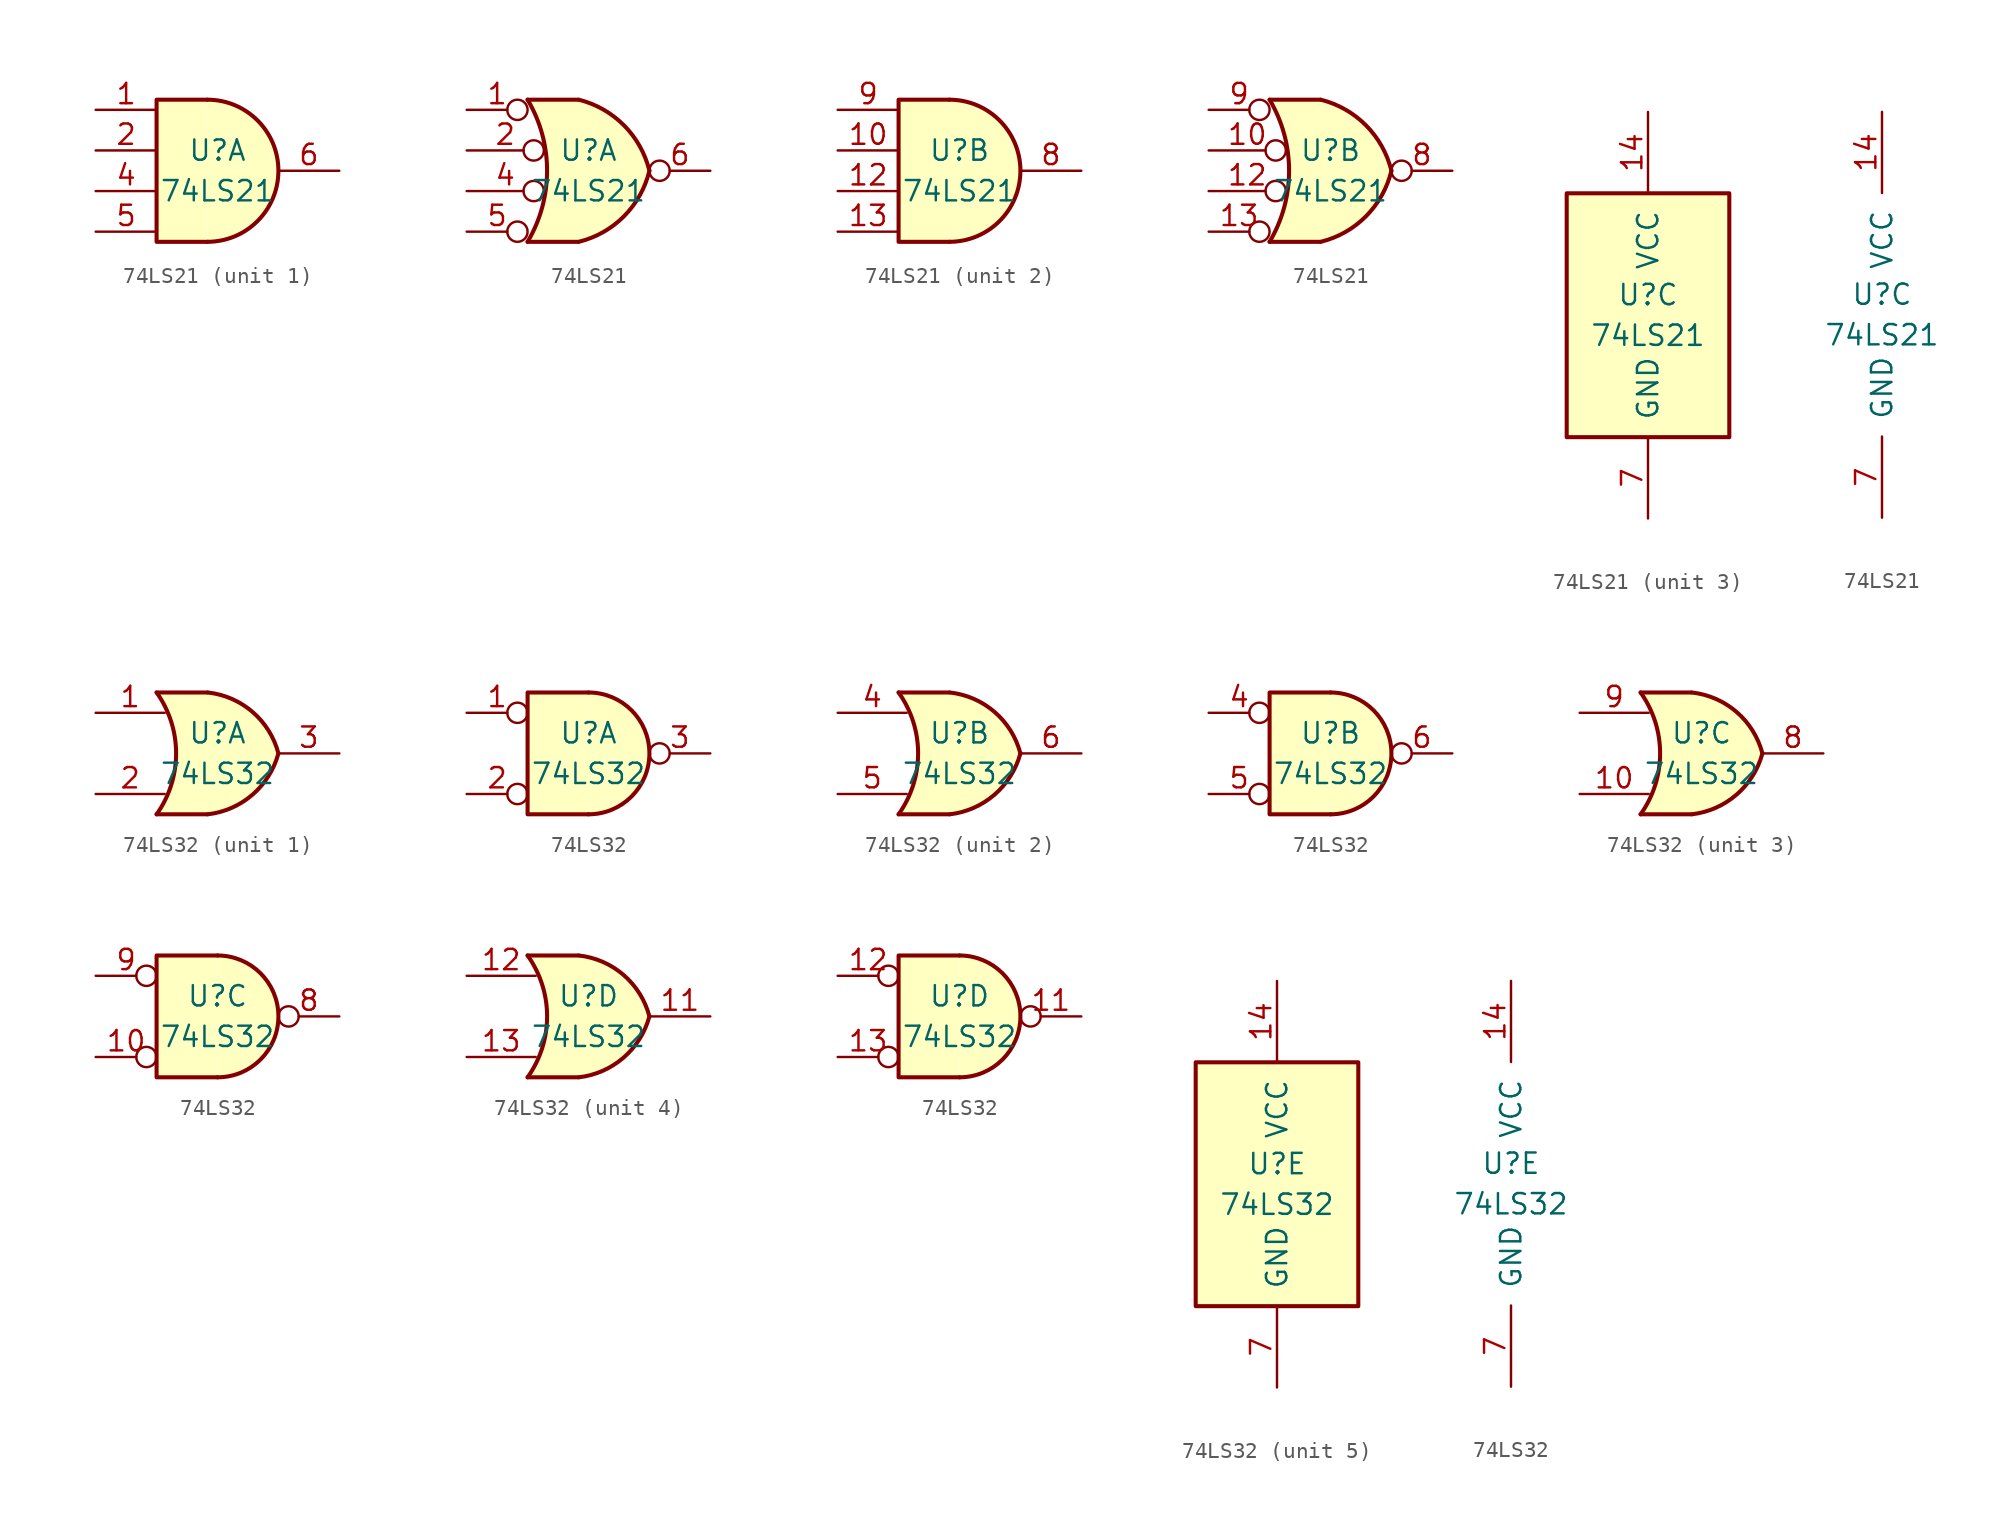
<source format=kicad_sym>
(kicad_symbol_lib
  (version 20231120)
  (generator "kicad_symbol_editor")
  (generator_version "8.0")
  (symbol "74LS21"
    (pin_names
      (offset 1.016))
    (property "Reference" "U"
      (at 0 1.27 0)
      (effects (font (size 1.27 1.27))))
    (property "Value" "74LS21"
      (at 0 -1.27 0)
      (effects (font (size 1.27 1.27))))
    (property "ki_locked" ""
      (at 0 0 0)
      (effects (font (size 1.27 1.27))))
    (symbol "74LS21_1_1"
      (arc (start -0.635 -4.445) (mid 3.7907 0) (end -0.635 4.445) (stroke (width 0.254) (type default)) (fill (type background)))
      (polyline (pts (xy -0.635 4.445) (xy -3.81 4.445) (xy -3.81 -4.445) (xy -0.635 -4.445)) (stroke (width 0.254) (type default)) (fill (type background)))
      (pin input line (at -7.62 3.81 0) (length 3.81) (name "~" (effects (font (size 1.27 1.27)))) (number "1" (effects (font (size 1.27 1.27)))))
      (pin input line (at -7.62 1.27 0) (length 3.81) (name "~" (effects (font (size 1.27 1.27)))) (number "2" (effects (font (size 1.27 1.27)))))
      (pin input line (at -7.62 -1.27 0) (length 3.81) (name "~" (effects (font (size 1.27 1.27)))) (number "4" (effects (font (size 1.27 1.27)))))
      (pin input line (at -7.62 -3.81 0) (length 3.81) (name "~" (effects (font (size 1.27 1.27)))) (number "5" (effects (font (size 1.27 1.27)))))
      (pin output line (at 7.62 0 180) (length 3.81) (name "~" (effects (font (size 1.27 1.27)))) (number "6" (effects (font (size 1.27 1.27))))))
    (symbol "74LS21_1_2"
      (arc (start -3.81 -4.445) (mid -2.5908 0) (end -3.81 4.445) (stroke (width 0.254) (type default)) (fill (type none)))
      (arc (start -0.6096 -4.445) (mid 2.2246 -2.8422) (end 3.81 0) (stroke (width 0.254) (type default)) (fill (type background)))
      (polyline (pts (xy -3.81 -4.445) (xy -0.635 -4.445)) (stroke (width 0.254) (type default)) (fill (type background)))
      (polyline (pts (xy -3.81 4.445) (xy -0.635 4.445)) (stroke (width 0.254) (type default)) (fill (type background)))
      (polyline (pts (xy -0.635 4.445) (xy -3.81 4.445) (xy -3.81 4.445) (xy -3.632 4.089) (xy -3.099 2.921) (xy -2.769 1.676) (xy -2.616 0.432) (xy -2.642 -0.864) (xy -2.87 -2.108) (xy -3.251 -3.327) (xy -3.81 -4.445) (xy -3.81 -4.445) (xy -0.635 -4.445)) (stroke (width -25.4) (type default)) (fill (type background)))
      (arc (start 3.81 0) (mid 2.2204 2.8379) (end -0.6096 4.445) (stroke (width 0.254) (type default)) (fill (type background)))
      (pin input inverted (at -7.62 3.81 0) (length 3.81) (name "~" (effects (font (size 1.27 1.27)))) (number "1" (effects (font (size 1.27 1.27)))))
      (pin input inverted (at -7.62 1.27 0) (length 4.826) (name "~" (effects (font (size 1.27 1.27)))) (number "2" (effects (font (size 1.27 1.27)))))
      (pin input inverted (at -7.62 -1.27 0) (length 4.826) (name "~" (effects (font (size 1.27 1.27)))) (number "4" (effects (font (size 1.27 1.27)))))
      (pin input inverted (at -7.62 -3.81 0) (length 3.81) (name "~" (effects (font (size 1.27 1.27)))) (number "5" (effects (font (size 1.27 1.27)))))
      (pin output inverted (at 7.62 0 180) (length 3.81) (name "~" (effects (font (size 1.27 1.27)))) (number "6" (effects (font (size 1.27 1.27))))))
    (symbol "74LS21_2_1"
      (arc (start -0.635 -4.445) (mid 3.7907 0) (end -0.635 4.445) (stroke (width 0.254) (type default)) (fill (type background)))
      (polyline (pts (xy -0.635 4.445) (xy -3.81 4.445) (xy -3.81 -4.445) (xy -0.635 -4.445)) (stroke (width 0.254) (type default)) (fill (type background)))
      (pin input line (at -7.62 1.27 0) (length 3.81) (name "~" (effects (font (size 1.27 1.27)))) (number "10" (effects (font (size 1.27 1.27)))))
      (pin input line (at -7.62 -1.27 0) (length 3.81) (name "~" (effects (font (size 1.27 1.27)))) (number "12" (effects (font (size 1.27 1.27)))))
      (pin input line (at -7.62 -3.81 0) (length 3.81) (name "~" (effects (font (size 1.27 1.27)))) (number "13" (effects (font (size 1.27 1.27)))))
      (pin output line (at 7.62 0 180) (length 3.81) (name "~" (effects (font (size 1.27 1.27)))) (number "8" (effects (font (size 1.27 1.27)))))
      (pin input line (at -7.62 3.81 0) (length 3.81) (name "~" (effects (font (size 1.27 1.27)))) (number "9" (effects (font (size 1.27 1.27))))))
    (symbol "74LS21_2_2"
      (arc (start -3.81 -4.445) (mid -2.5908 0) (end -3.81 4.445) (stroke (width 0.254) (type default)) (fill (type none)))
      (arc (start -0.6096 -4.445) (mid 2.2246 -2.8422) (end 3.81 0) (stroke (width 0.254) (type default)) (fill (type background)))
      (polyline (pts (xy -3.81 -4.445) (xy -0.635 -4.445)) (stroke (width 0.254) (type default)) (fill (type background)))
      (polyline (pts (xy -3.81 4.445) (xy -0.635 4.445)) (stroke (width 0.254) (type default)) (fill (type background)))
      (polyline (pts (xy -0.635 4.445) (xy -3.81 4.445) (xy -3.81 4.445) (xy -3.632 4.089) (xy -3.099 2.921) (xy -2.769 1.676) (xy -2.616 0.432) (xy -2.642 -0.864) (xy -2.87 -2.108) (xy -3.251 -3.327) (xy -3.81 -4.445) (xy -3.81 -4.445) (xy -0.635 -4.445)) (stroke (width -25.4) (type default)) (fill (type background)))
      (arc (start 3.81 0) (mid 2.2204 2.8379) (end -0.6096 4.445) (stroke (width 0.254) (type default)) (fill (type background)))
      (pin input inverted (at -7.62 1.27 0) (length 4.826) (name "~" (effects (font (size 1.27 1.27)))) (number "10" (effects (font (size 1.27 1.27)))))
      (pin input inverted (at -7.62 -1.27 0) (length 4.826) (name "~" (effects (font (size 1.27 1.27)))) (number "12" (effects (font (size 1.27 1.27)))))
      (pin input inverted (at -7.62 -3.81 0) (length 3.81) (name "~" (effects (font (size 1.27 1.27)))) (number "13" (effects (font (size 1.27 1.27)))))
      (pin output inverted (at 7.62 0 180) (length 3.81) (name "~" (effects (font (size 1.27 1.27)))) (number "8" (effects (font (size 1.27 1.27)))))
      (pin input inverted (at -7.62 3.81 0) (length 3.81) (name "~" (effects (font (size 1.27 1.27)))) (number "9" (effects (font (size 1.27 1.27))))))
    (symbol "74LS21_3_0"
      (pin power_in line (at 0 12.7 270) (length 5.08) (name "VCC" (effects (font (size 1.27 1.27)))) (number "14" (effects (font (size 1.27 1.27)))))
      (pin power_in line (at 0 -12.7 90) (length 5.08) (name "GND" (effects (font (size 1.27 1.27)))) (number "7" (effects (font (size 1.27 1.27))))))
    (symbol "74LS21_3_1"
      (rectangle (start -5.08 7.62) (end 5.08 -7.62) (stroke (width 0.254) (type default)) (fill (type background)))))
  (symbol "74LS32"
    (pin_names
      (offset 1.016))
    (property "Reference" "U"
      (at 0 1.27 0)
      (effects (font (size 1.27 1.27))))
    (property "Value" "74LS32"
      (at 0 -1.27 0)
      (effects (font (size 1.27 1.27))))
    (property "ki_locked" ""
      (at 0 0 0)
      (effects (font (size 1.27 1.27))))
    (symbol "74LS32_1_1"
      (arc (start -3.81 -3.81) (mid -2.589 0) (end -3.81 3.81) (stroke (width 0.254) (type default)) (fill (type none)))
      (arc (start -0.6096 -3.81) (mid 2.1842 -2.5851) (end 3.81 0) (stroke (width 0.254) (type default)) (fill (type background)))
      (polyline (pts (xy -3.81 -3.81) (xy -0.635 -3.81)) (stroke (width 0.254) (type default)) (fill (type background)))
      (polyline (pts (xy -3.81 3.81) (xy -0.635 3.81)) (stroke (width 0.254) (type default)) (fill (type background)))
      (polyline (pts (xy -0.635 3.81) (xy -3.81 3.81) (xy -3.81 3.81) (xy -3.556 3.404) (xy -3.023 2.261) (xy -2.692 1.041) (xy -2.616 -0.254) (xy -2.769 -1.499) (xy -3.175 -2.718) (xy -3.81 -3.81) (xy -3.81 -3.81) (xy -0.635 -3.81)) (stroke (width -25.4) (type default)) (fill (type background)))
      (arc (start 3.81 0) (mid 2.1915 2.5936) (end -0.6096 3.81) (stroke (width 0.254) (type default)) (fill (type background)))
      (pin input line (at -7.62 2.54 0) (length 4.318) (name "~" (effects (font (size 1.27 1.27)))) (number "1" (effects (font (size 1.27 1.27)))))
      (pin input line (at -7.62 -2.54 0) (length 4.318) (name "~" (effects (font (size 1.27 1.27)))) (number "2" (effects (font (size 1.27 1.27)))))
      (pin output line (at 7.62 0 180) (length 3.81) (name "~" (effects (font (size 1.27 1.27)))) (number "3" (effects (font (size 1.27 1.27))))))
    (symbol "74LS32_1_2"
      (arc (start 0 -3.81) (mid 3.7934 0) (end 0 3.81) (stroke (width 0.254) (type default)) (fill (type background)))
      (polyline (pts (xy 0 3.81) (xy -3.81 3.81) (xy -3.81 -3.81) (xy 0 -3.81)) (stroke (width 0.254) (type default)) (fill (type background)))
      (pin input inverted (at -7.62 2.54 0) (length 3.81) (name "~" (effects (font (size 1.27 1.27)))) (number "1" (effects (font (size 1.27 1.27)))))
      (pin input inverted (at -7.62 -2.54 0) (length 3.81) (name "~" (effects (font (size 1.27 1.27)))) (number "2" (effects (font (size 1.27 1.27)))))
      (pin output inverted (at 7.62 0 180) (length 3.81) (name "~" (effects (font (size 1.27 1.27)))) (number "3" (effects (font (size 1.27 1.27))))))
    (symbol "74LS32_2_1"
      (arc (start -3.81 -3.81) (mid -2.589 0) (end -3.81 3.81) (stroke (width 0.254) (type default)) (fill (type none)))
      (arc (start -0.6096 -3.81) (mid 2.1842 -2.5851) (end 3.81 0) (stroke (width 0.254) (type default)) (fill (type background)))
      (polyline (pts (xy -3.81 -3.81) (xy -0.635 -3.81)) (stroke (width 0.254) (type default)) (fill (type background)))
      (polyline (pts (xy -3.81 3.81) (xy -0.635 3.81)) (stroke (width 0.254) (type default)) (fill (type background)))
      (polyline (pts (xy -0.635 3.81) (xy -3.81 3.81) (xy -3.81 3.81) (xy -3.556 3.404) (xy -3.023 2.261) (xy -2.692 1.041) (xy -2.616 -0.254) (xy -2.769 -1.499) (xy -3.175 -2.718) (xy -3.81 -3.81) (xy -3.81 -3.81) (xy -0.635 -3.81)) (stroke (width -25.4) (type default)) (fill (type background)))
      (arc (start 3.81 0) (mid 2.1915 2.5936) (end -0.6096 3.81) (stroke (width 0.254) (type default)) (fill (type background)))
      (pin input line (at -7.62 2.54 0) (length 4.318) (name "~" (effects (font (size 1.27 1.27)))) (number "4" (effects (font (size 1.27 1.27)))))
      (pin input line (at -7.62 -2.54 0) (length 4.318) (name "~" (effects (font (size 1.27 1.27)))) (number "5" (effects (font (size 1.27 1.27)))))
      (pin output line (at 7.62 0 180) (length 3.81) (name "~" (effects (font (size 1.27 1.27)))) (number "6" (effects (font (size 1.27 1.27))))))
    (symbol "74LS32_2_2"
      (arc (start 0 -3.81) (mid 3.7934 0) (end 0 3.81) (stroke (width 0.254) (type default)) (fill (type background)))
      (polyline (pts (xy 0 3.81) (xy -3.81 3.81) (xy -3.81 -3.81) (xy 0 -3.81)) (stroke (width 0.254) (type default)) (fill (type background)))
      (pin input inverted (at -7.62 2.54 0) (length 3.81) (name "~" (effects (font (size 1.27 1.27)))) (number "4" (effects (font (size 1.27 1.27)))))
      (pin input inverted (at -7.62 -2.54 0) (length 3.81) (name "~" (effects (font (size 1.27 1.27)))) (number "5" (effects (font (size 1.27 1.27)))))
      (pin output inverted (at 7.62 0 180) (length 3.81) (name "~" (effects (font (size 1.27 1.27)))) (number "6" (effects (font (size 1.27 1.27))))))
    (symbol "74LS32_3_1"
      (arc (start -3.81 -3.81) (mid -2.589 0) (end -3.81 3.81) (stroke (width 0.254) (type default)) (fill (type none)))
      (arc (start -0.6096 -3.81) (mid 2.1842 -2.5851) (end 3.81 0) (stroke (width 0.254) (type default)) (fill (type background)))
      (polyline (pts (xy -3.81 -3.81) (xy -0.635 -3.81)) (stroke (width 0.254) (type default)) (fill (type background)))
      (polyline (pts (xy -3.81 3.81) (xy -0.635 3.81)) (stroke (width 0.254) (type default)) (fill (type background)))
      (polyline (pts (xy -0.635 3.81) (xy -3.81 3.81) (xy -3.81 3.81) (xy -3.556 3.404) (xy -3.023 2.261) (xy -2.692 1.041) (xy -2.616 -0.254) (xy -2.769 -1.499) (xy -3.175 -2.718) (xy -3.81 -3.81) (xy -3.81 -3.81) (xy -0.635 -3.81)) (stroke (width -25.4) (type default)) (fill (type background)))
      (arc (start 3.81 0) (mid 2.1915 2.5936) (end -0.6096 3.81) (stroke (width 0.254) (type default)) (fill (type background)))
      (pin input line (at -7.62 -2.54 0) (length 4.318) (name "~" (effects (font (size 1.27 1.27)))) (number "10" (effects (font (size 1.27 1.27)))))
      (pin output line (at 7.62 0 180) (length 3.81) (name "~" (effects (font (size 1.27 1.27)))) (number "8" (effects (font (size 1.27 1.27)))))
      (pin input line (at -7.62 2.54 0) (length 4.318) (name "~" (effects (font (size 1.27 1.27)))) (number "9" (effects (font (size 1.27 1.27))))))
    (symbol "74LS32_3_2"
      (arc (start 0 -3.81) (mid 3.7934 0) (end 0 3.81) (stroke (width 0.254) (type default)) (fill (type background)))
      (polyline (pts (xy 0 3.81) (xy -3.81 3.81) (xy -3.81 -3.81) (xy 0 -3.81)) (stroke (width 0.254) (type default)) (fill (type background)))
      (pin input inverted (at -7.62 -2.54 0) (length 3.81) (name "~" (effects (font (size 1.27 1.27)))) (number "10" (effects (font (size 1.27 1.27)))))
      (pin output inverted (at 7.62 0 180) (length 3.81) (name "~" (effects (font (size 1.27 1.27)))) (number "8" (effects (font (size 1.27 1.27)))))
      (pin input inverted (at -7.62 2.54 0) (length 3.81) (name "~" (effects (font (size 1.27 1.27)))) (number "9" (effects (font (size 1.27 1.27))))))
    (symbol "74LS32_4_1"
      (arc (start -3.81 -3.81) (mid -2.589 0) (end -3.81 3.81) (stroke (width 0.254) (type default)) (fill (type none)))
      (arc (start -0.6096 -3.81) (mid 2.1842 -2.5851) (end 3.81 0) (stroke (width 0.254) (type default)) (fill (type background)))
      (polyline (pts (xy -3.81 -3.81) (xy -0.635 -3.81)) (stroke (width 0.254) (type default)) (fill (type background)))
      (polyline (pts (xy -3.81 3.81) (xy -0.635 3.81)) (stroke (width 0.254) (type default)) (fill (type background)))
      (polyline (pts (xy -0.635 3.81) (xy -3.81 3.81) (xy -3.81 3.81) (xy -3.556 3.404) (xy -3.023 2.261) (xy -2.692 1.041) (xy -2.616 -0.254) (xy -2.769 -1.499) (xy -3.175 -2.718) (xy -3.81 -3.81) (xy -3.81 -3.81) (xy -0.635 -3.81)) (stroke (width -25.4) (type default)) (fill (type background)))
      (arc (start 3.81 0) (mid 2.1915 2.5936) (end -0.6096 3.81) (stroke (width 0.254) (type default)) (fill (type background)))
      (pin output line (at 7.62 0 180) (length 3.81) (name "~" (effects (font (size 1.27 1.27)))) (number "11" (effects (font (size 1.27 1.27)))))
      (pin input line (at -7.62 2.54 0) (length 4.318) (name "~" (effects (font (size 1.27 1.27)))) (number "12" (effects (font (size 1.27 1.27)))))
      (pin input line (at -7.62 -2.54 0) (length 4.318) (name "~" (effects (font (size 1.27 1.27)))) (number "13" (effects (font (size 1.27 1.27))))))
    (symbol "74LS32_4_2"
      (arc (start 0 -3.81) (mid 3.7934 0) (end 0 3.81) (stroke (width 0.254) (type default)) (fill (type background)))
      (polyline (pts (xy 0 3.81) (xy -3.81 3.81) (xy -3.81 -3.81) (xy 0 -3.81)) (stroke (width 0.254) (type default)) (fill (type background)))
      (pin output inverted (at 7.62 0 180) (length 3.81) (name "~" (effects (font (size 1.27 1.27)))) (number "11" (effects (font (size 1.27 1.27)))))
      (pin input inverted (at -7.62 2.54 0) (length 3.81) (name "~" (effects (font (size 1.27 1.27)))) (number "12" (effects (font (size 1.27 1.27)))))
      (pin input inverted (at -7.62 -2.54 0) (length 3.81) (name "~" (effects (font (size 1.27 1.27)))) (number "13" (effects (font (size 1.27 1.27))))))
    (symbol "74LS32_5_0"
      (pin power_in line (at 0 12.7 270) (length 5.08) (name "VCC" (effects (font (size 1.27 1.27)))) (number "14" (effects (font (size 1.27 1.27)))))
      (pin power_in line (at 0 -12.7 90) (length 5.08) (name "GND" (effects (font (size 1.27 1.27)))) (number "7" (effects (font (size 1.27 1.27))))))
    (symbol "74LS32_5_1"
      (rectangle (start -5.08 7.62) (end 5.08 -7.62) (stroke (width 0.254) (type default)) (fill (type background))))))
</source>
